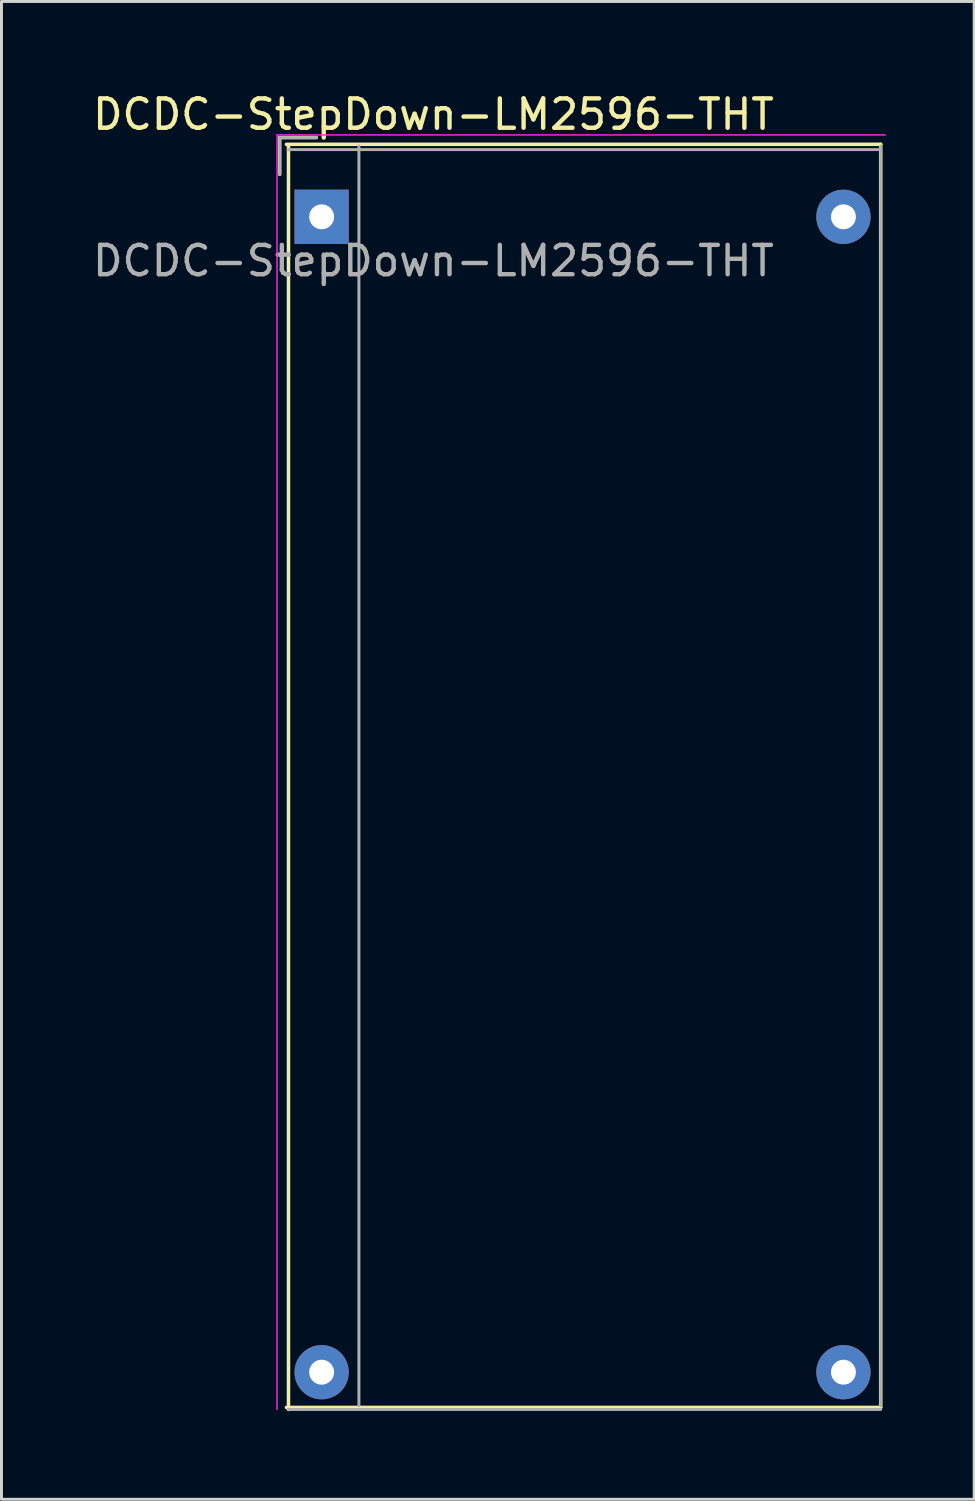
<source format=kicad_pcb>
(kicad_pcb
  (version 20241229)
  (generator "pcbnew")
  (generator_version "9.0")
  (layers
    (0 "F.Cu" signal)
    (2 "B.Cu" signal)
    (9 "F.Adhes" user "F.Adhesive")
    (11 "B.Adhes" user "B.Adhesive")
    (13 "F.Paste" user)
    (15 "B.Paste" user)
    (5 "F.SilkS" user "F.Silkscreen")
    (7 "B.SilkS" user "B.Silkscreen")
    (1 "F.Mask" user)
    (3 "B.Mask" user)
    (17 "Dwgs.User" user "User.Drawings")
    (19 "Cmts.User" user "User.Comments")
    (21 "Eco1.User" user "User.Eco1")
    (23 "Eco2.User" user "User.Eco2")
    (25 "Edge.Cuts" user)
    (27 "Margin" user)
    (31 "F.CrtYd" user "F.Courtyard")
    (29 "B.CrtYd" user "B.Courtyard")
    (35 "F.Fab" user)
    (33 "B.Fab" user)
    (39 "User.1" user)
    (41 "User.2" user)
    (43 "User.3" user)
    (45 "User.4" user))
  (footprint "DCDC-StepDown-LM2596-THT"
    (layer "F.Cu")
    (at 7.91 4.338)
    (property "Reference" "DCDC-StepDown-LM2596-THT" (at 3.81 -3.49 0) (layer "F.SilkS") (effects (font (size 1 1) (thickness 0.15))))
    (attr through_hole)
    (fp_line (start -1.43 -2.7) (end -1.43 -1.45) (stroke (width 0.12) (type solid)) (layer "F.SilkS"))
    (fp_line (start -1.2 -2.47) (end 19.05 -2.47) (stroke (width 0.12) (type solid)) (layer "F.SilkS"))
    (fp_line (start -1.2 40.57) (end 19.05 40.57) (stroke (width 0.12) (type solid)) (layer "F.SilkS"))
    (fp_line (start -1.13 -2.4) (end -1.13 40.64) (stroke (width 0.12) (type solid)) (layer "F.SilkS"))
    (fp_line (start -0.18 -2.7) (end -1.43 -2.7) (stroke (width 0.12) (type solid)) (layer "F.SilkS"))
    (fp_line (start 19.05 -2.47) (end 19.05 40.57) (stroke (width 0.12) (type solid)) (layer "F.SilkS"))
    (fp_line (start -1.52 -2.79) (end -1.52 40.64) (stroke (width 0.05) (type solid)) (layer "F.CrtYd"))
    (fp_line (start 19.21 -2.79) (end -1.52 -2.79) (stroke (width 0.05) (type solid)) (layer "F.CrtYd"))
    (fp_line (start -1.43 -2.7) (end -1.43 -1.45) (stroke (width 0.1) (type solid)) (layer "F.Fab"))
    (fp_line (start -1.145 -2.29) (end 19.05 -2.29) (stroke (width 0.1) (type solid)) (layer "F.Fab"))
    (fp_line (start -1.145 40.64) (end 19.05 40.64) (stroke (width 0.1) (type solid)) (layer "F.Fab"))
    (fp_line (start -0.18 -2.7) (end -1.43 -2.7) (stroke (width 0.1) (type solid)) (layer "F.Fab"))
    (fp_line (start 1.27 -2.415) (end 1.27 40.515) (stroke (width 0.1) (type solid)) (layer "F.Fab"))
    (fp_line (start 19.05 -2.415) (end 19.05 40.515) (stroke (width 0.1) (type solid)) (layer "F.Fab"))
    (fp_text user "${REFERENCE}" (at 3.81 1.5 0) (layer "F.Fab") (effects (font (size 1 1) (thickness 0.15))))
    (pad "1" thru_hole rect (at 0 0) (size 1.85 1.85) (drill 0.85) (layers "*.Cu" "*.Mask"))
    (pad "2" thru_hole circle (at 17.78 0) (size 1.85 1.85) (drill 0.85) (layers "*.Cu" "*.Mask"))
    (pad "3" thru_hole circle (at 0 39.37) (size 1.85 1.85) (drill 0.85) (layers "*.Cu" "*.Mask"))
    (pad "4" thru_hole circle (at 17.78 39.37) (size 1.85 1.85) (drill 0.85) (layers "*.Cu" "*.Mask")))
  (gr_rect
    (start -3 -3)
    (end 30.145 48.038)
    (stroke (width 0.1) (type default))
    (fill no)
    (layer "Edge.Cuts")))
</source>
